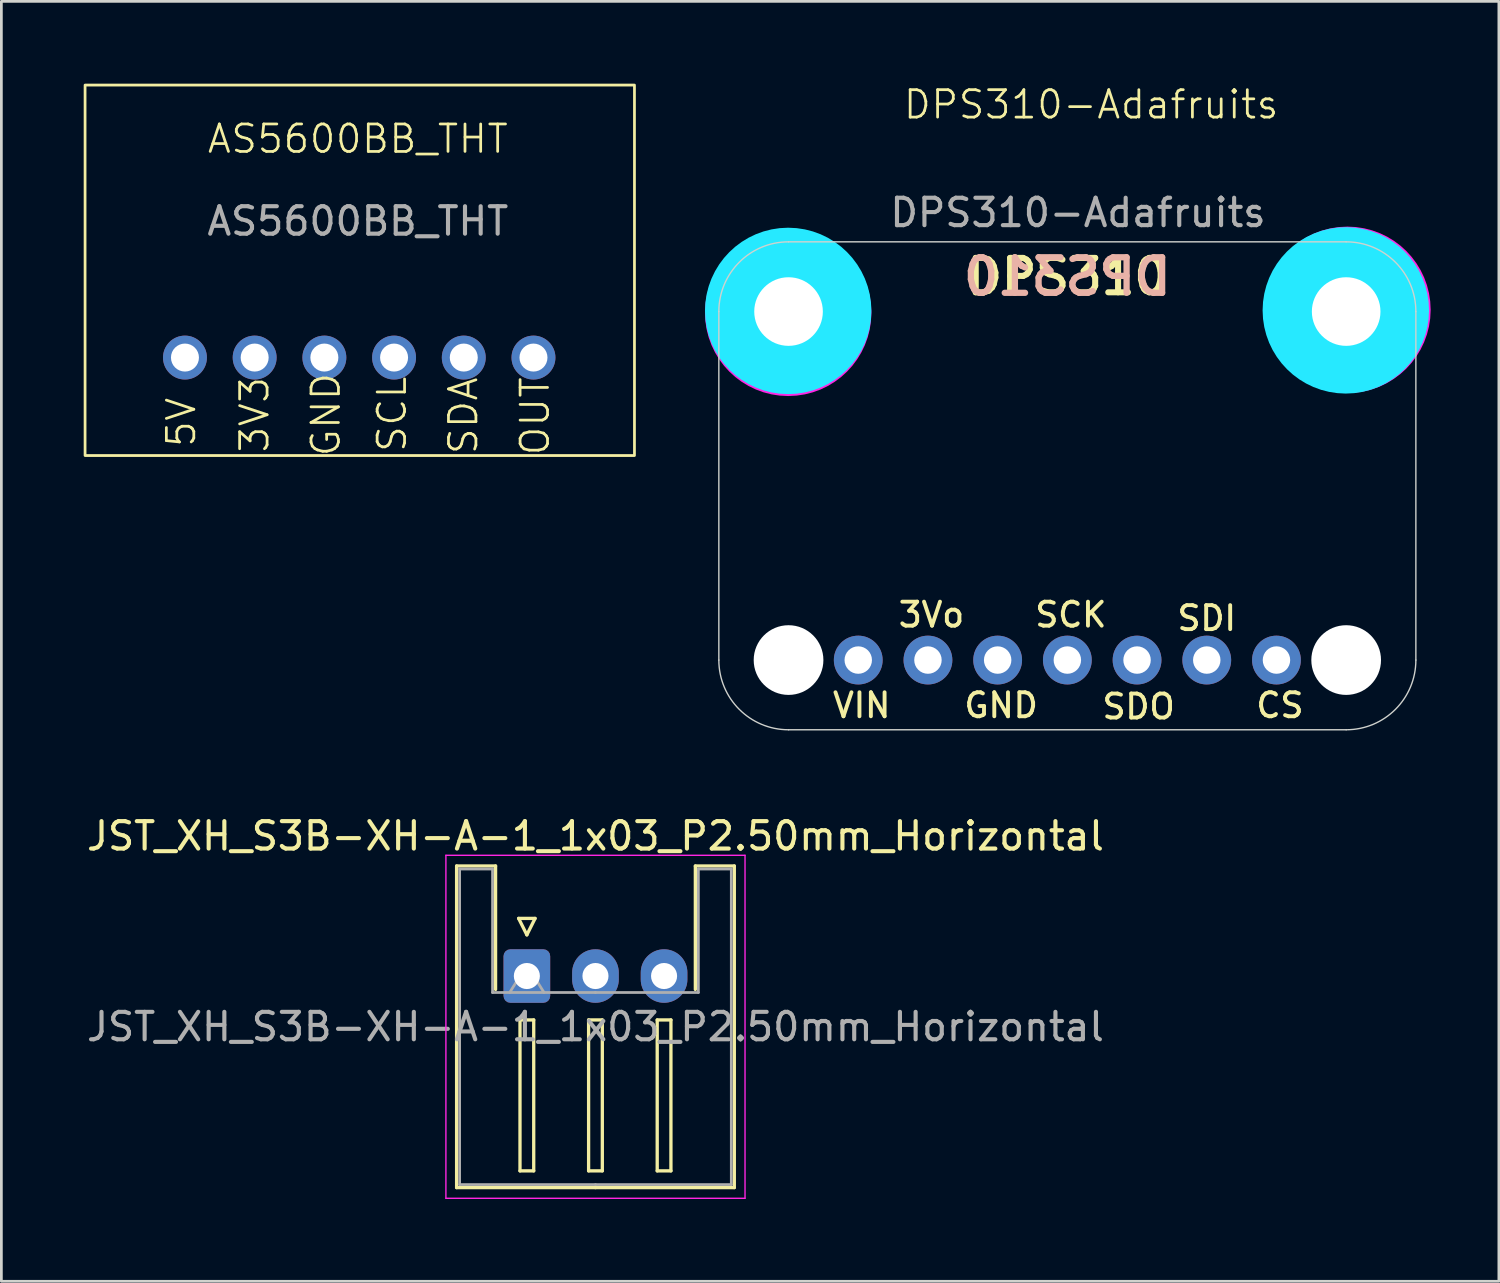
<source format=kicad_pcb>
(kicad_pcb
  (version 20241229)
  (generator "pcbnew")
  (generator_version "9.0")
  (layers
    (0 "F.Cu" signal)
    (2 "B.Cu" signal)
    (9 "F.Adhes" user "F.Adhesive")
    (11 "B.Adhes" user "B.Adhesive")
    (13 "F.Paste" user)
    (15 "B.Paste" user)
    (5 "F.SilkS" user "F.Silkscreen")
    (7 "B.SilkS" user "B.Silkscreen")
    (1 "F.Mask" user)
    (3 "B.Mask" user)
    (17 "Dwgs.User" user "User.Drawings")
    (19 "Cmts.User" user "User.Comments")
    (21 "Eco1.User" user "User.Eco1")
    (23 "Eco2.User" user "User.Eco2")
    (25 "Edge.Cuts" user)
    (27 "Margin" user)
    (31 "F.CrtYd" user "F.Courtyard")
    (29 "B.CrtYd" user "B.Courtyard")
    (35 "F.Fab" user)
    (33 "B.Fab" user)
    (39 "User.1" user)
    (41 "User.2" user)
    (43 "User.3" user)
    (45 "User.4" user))
  (footprint "DPS310-Adafruits"
    (layer "F.Cu")
    (at 36.672 13.97)
    (property "Reference" "DPS310-Adafruits" (at 0.04 -13.21 0) (unlocked yes) (layer "F.SilkS") (effects (font (size 1 1) (thickness 0.1))))
    (attr through_hole)
    (fp_circle (center -11 -5.64) (end -9 -5.64) (stroke (width 0.203) (type solid)) (fill no) (layer "F.SilkS"))
    (fp_circle (center 9.34 -5.7) (end 11.34 -5.7) (stroke (width 0.203) (type solid)) (fill no) (layer "F.SilkS"))
    (fp_line (start -13.527 -5.667) (end -13.527 7.033) (stroke (width 0.05) (type solid)) (layer "Edge.Cuts"))
    (fp_line (start -10.987 9.573) (end 9.333 9.573) (stroke (width 0.05) (type solid)) (layer "Edge.Cuts"))
    (fp_line (start 9.333 -8.207) (end -10.987 -8.207) (stroke (width 0.05) (type solid)) (layer "Edge.Cuts"))
    (fp_line (start 11.873 7.033) (end 11.873 -5.667) (stroke (width 0.05) (type solid)) (layer "Edge.Cuts"))
    (fp_arc (start -13.527 -5.667) (mid -12.783051 -7.463051) (end -10.987 -8.207) (stroke (width 0.05) (type solid)) (layer "Edge.Cuts"))
    (fp_arc (start -10.987 9.573) (mid -12.783051 8.829051) (end -13.527 7.033) (stroke (width 0.05) (type solid)) (layer "Edge.Cuts"))
    (fp_arc (start 9.333 -8.207) (mid 11.129051 -7.463051) (end 11.873 -5.667) (stroke (width 0.05) (type solid)) (layer "Edge.Cuts"))
    (fp_arc (start 11.873 7.033) (mid 11.129051 8.829051) (end 9.333 9.573) (stroke (width 0.05) (type solid)) (layer "Edge.Cuts"))
    (fp_circle (center -11 -5.69) (end -10 -5.69) (stroke (width 2.032) (type solid)) (fill no) (layer "B.CrtYd"))
    (fp_circle (center 9.32 -5.71) (end 10.32 -5.71) (stroke (width 2.032) (type solid)) (fill no) (layer "B.CrtYd"))
    (fp_circle (center -11 -5.62) (end -10 -5.62) (stroke (width 2.032) (type solid)) (fill no) (layer "F.CrtYd"))
    (fp_circle (center 9.38 -5.73) (end 10.38 -5.73) (stroke (width 2.032) (type solid)) (fill no) (layer "F.CrtYd"))
    (fp_text user "SCK" (at -0.7 5.382 0) (unlocked yes) (layer "F.SilkS") (effects (font (size 0.874 0.874) (thickness 0.142))))
    (fp_text user "VIN" (at -8.32 8.684 0) (unlocked yes) (layer "F.SilkS") (effects (font (size 0.874 0.874) (thickness 0.142))))
    (fp_text user "DPS310" (at -0.827 -6.937 0) (unlocked yes) (layer "F.SilkS") (effects (font (size 1.252 1.252) (thickness 0.221))))
    (fp_text user "GND" (at -3.24 8.684 0) (unlocked yes) (layer "F.SilkS") (effects (font (size 0.874 0.874) (thickness 0.142))))
    (fp_text user "3Vo" (at -5.78 5.382 0) (unlocked yes) (layer "F.SilkS") (effects (font (size 0.874 0.874) (thickness 0.142))))
    (fp_text user "SDI" (at 4.253 5.509 0) (unlocked yes) (layer "F.SilkS") (effects (font (size 0.874 0.874) (thickness 0.142))))
    (fp_text user "CS" (at 6.92 8.684 0) (unlocked yes) (layer "F.SilkS") (effects (font (size 0.874 0.874) (thickness 0.142))))
    (fp_text user "SDO" (at 1.77 8.73 0) (unlocked yes) (layer "F.SilkS") (effects (font (size 0.874 0.874) (thickness 0.142))))
    (fp_text user "DPS310" (at -0.827 -6.937 0) (unlocked yes) (layer "B.SilkS") (effects (font (size 1.295 1.295) (thickness 0.229)) (justify mirror)))
    (fp_text user "${REFERENCE}" (at -0.44 -9.27 0) (unlocked yes) (layer "F.Fab") (effects (font (size 1 1) (thickness 0.15))))
    (pad "" np_thru_hole circle (at -10.987 7.033) (size 2.54 2.54) (drill 2.54) (layers "*.Cu" "*.Mask"))
    (pad "" np_thru_hole circle (at 9.333 7.033) (size 2.54 2.54) (drill 2.54) (layers "*.Cu" "*.Mask"))
    (pad "1" thru_hole circle (at -8.447 7.033 90) (size 1.778 1.778) (drill 1) (layers "*.Cu" "*.Mask"))
    (pad "2" thru_hole circle (at -5.907 7.033 90) (size 1.778 1.778) (drill 1) (layers "*.Cu" "*.Mask"))
    (pad "3" thru_hole circle (at -3.367 7.033 90) (size 1.778 1.778) (drill 1) (layers "*.Cu" "*.Mask"))
    (pad "4" thru_hole circle (at -0.827 7.033 90) (size 1.778 1.778) (drill 1) (layers "*.Cu" "*.Mask"))
    (pad "5" thru_hole circle (at 1.713 7.033 90) (size 1.778 1.778) (drill 1) (layers "*.Cu" "*.Mask"))
    (pad "6" thru_hole circle (at 4.253 7.033 90) (size 1.778 1.778) (drill 1) (layers "*.Cu" "*.Mask"))
    (pad "7" thru_hole circle (at 6.793 7.033 90) (size 1.778 1.778) (drill 1) (layers "*.Cu" "*.Mask"))
    (pad "P$1" thru_hole circle (at -10.987 -5.667) (size 3.2 3.2) (drill 2.5) (layers "*.Cu" "*.Mask"))
    (pad "P$1" thru_hole circle (at 9.333 -5.667) (size 3.2 3.2) (drill 2.5) (layers "*.Cu" "*.Mask"))
    (zone (net_name "") (layer "F.Cu") (hatch edge 0.5) (connect_pads) (min_thickness 0.25) (filled_areas_thickness no) (keepout (tracks not_allowed) (vias not_allowed) (pads not_allowed) (copperpour not_allowed) (footprints allowed)) (placement (enabled no)) (fill) (polygon (pts (xy 27.701 8.303) (xy 27.681 8.023) (xy 27.623 7.748) (xy 27.527 7.484) (xy 27.395 7.235) (xy 27.229 7.008) (xy 27.034 6.805) (xy 26.812 6.632) (xy 26.569 6.492) (xy 26.308 6.386) (xy 26.035 6.318) (xy 25.755 6.289) (xy 25.474 6.299) (xy 25.197 6.347) (xy 24.93 6.434) (xy 24.677 6.558) (xy 24.444 6.715) (xy 24.235 6.903) (xy 24.054 7.119) (xy 23.905 7.357) (xy 23.791 7.614) (xy 23.713 7.884) (xy 23.674 8.163) (xy 23.674 8.444) (xy 23.713 8.723) (xy 23.791 8.993) (xy 23.905 9.25) (xy 24.054 9.488) (xy 24.235 9.704) (xy 24.444 9.892) (xy 24.677 10.049) (xy 24.93 10.173) (xy 25.197 10.26) (xy 25.474 10.308) (xy 25.755 10.318) (xy 26.035 10.289) (xy 26.308 10.221) (xy 26.569 10.115) (xy 26.812 9.975) (xy 27.034 9.802) (xy 27.229 9.599) (xy 27.395 9.372) (xy 27.527 9.123) (xy 27.623 8.859) (xy 27.681 8.584))) (polygon (pts (xy 25.669 8.303) (xy 25.674 8.315) (xy 25.685 8.319) (xy 25.696 8.315) (xy 25.701 8.303) (xy 25.696 8.292) (xy 25.685 8.287) (xy 25.674 8.292))))
    (zone (net_name "") (layer "F.Cu") (hatch edge 0.5) (connect_pads) (min_thickness 0.25) (filled_areas_thickness no) (keepout (tracks not_allowed) (vias not_allowed) (pads not_allowed) (copperpour not_allowed) (footprints allowed)) (placement (enabled no)) (fill) (polygon (pts (xy 48.021 8.303) (xy 48.001 8.023) (xy 47.943 7.748) (xy 47.847 7.484) (xy 47.715 7.235) (xy 47.549 7.008) (xy 47.354 6.805) (xy 47.132 6.632) (xy 46.889 6.492) (xy 46.628 6.386) (xy 46.355 6.318) (xy 46.075 6.289) (xy 45.794 6.299) (xy 45.517 6.347) (xy 45.25 6.434) (xy 44.997 6.558) (xy 44.764 6.715) (xy 44.555 6.903) (xy 44.374 7.119) (xy 44.225 7.357) (xy 44.111 7.614) (xy 44.033 7.884) (xy 43.994 8.163) (xy 43.994 8.444) (xy 44.033 8.723) (xy 44.111 8.993) (xy 44.225 9.25) (xy 44.374 9.488) (xy 44.555 9.704) (xy 44.764 9.892) (xy 44.997 10.049) (xy 45.25 10.173) (xy 45.517 10.26) (xy 45.794 10.308) (xy 46.075 10.318) (xy 46.355 10.289) (xy 46.628 10.221) (xy 46.889 10.115) (xy 47.132 9.975) (xy 47.354 9.802) (xy 47.549 9.599) (xy 47.715 9.372) (xy 47.847 9.123) (xy 47.943 8.859) (xy 48.001 8.584))) (polygon (pts (xy 45.989 8.303) (xy 45.994 8.315) (xy 46.005 8.319) (xy 46.016 8.315) (xy 46.021 8.303) (xy 46.016 8.292) (xy 46.005 8.287) (xy 45.994 8.292))))
    (zone (net_name "") (layer "B.Cu") (hatch edge 0.5) (connect_pads) (min_thickness 0.25) (filled_areas_thickness no) (keepout (tracks not_allowed) (vias not_allowed) (pads not_allowed) (copperpour not_allowed) (footprints allowed)) (placement (enabled no)) (fill) (polygon (pts (xy 27.701 8.303) (xy 27.681 8.023) (xy 27.623 7.748) (xy 27.527 7.484) (xy 27.395 7.235) (xy 27.229 7.008) (xy 27.034 6.805) (xy 26.812 6.632) (xy 26.569 6.492) (xy 26.308 6.386) (xy 26.035 6.318) (xy 25.755 6.289) (xy 25.474 6.299) (xy 25.197 6.347) (xy 24.93 6.434) (xy 24.677 6.558) (xy 24.444 6.715) (xy 24.235 6.903) (xy 24.054 7.119) (xy 23.905 7.357) (xy 23.791 7.614) (xy 23.713 7.884) (xy 23.674 8.163) (xy 23.674 8.444) (xy 23.713 8.723) (xy 23.791 8.993) (xy 23.905 9.25) (xy 24.054 9.488) (xy 24.235 9.704) (xy 24.444 9.892) (xy 24.677 10.049) (xy 24.93 10.173) (xy 25.197 10.26) (xy 25.474 10.308) (xy 25.755 10.318) (xy 26.035 10.289) (xy 26.308 10.221) (xy 26.569 10.115) (xy 26.812 9.975) (xy 27.034 9.802) (xy 27.229 9.599) (xy 27.395 9.372) (xy 27.527 9.123) (xy 27.623 8.859) (xy 27.681 8.584))) (polygon (pts (xy 25.669 8.303) (xy 25.674 8.315) (xy 25.685 8.319) (xy 25.696 8.315) (xy 25.701 8.303) (xy 25.696 8.292) (xy 25.685 8.287) (xy 25.674 8.292))))
    (zone (net_name "") (layer "B.Cu") (hatch edge 0.5) (connect_pads) (min_thickness 0.25) (filled_areas_thickness no) (keepout (tracks not_allowed) (vias not_allowed) (pads not_allowed) (copperpour not_allowed) (footprints allowed)) (placement (enabled no)) (fill) (polygon (pts (xy 48.021 8.303) (xy 48.001 8.023) (xy 47.943 7.748) (xy 47.847 7.484) (xy 47.715 7.235) (xy 47.549 7.008) (xy 47.354 6.805) (xy 47.132 6.632) (xy 46.889 6.492) (xy 46.628 6.386) (xy 46.355 6.318) (xy 46.075 6.289) (xy 45.794 6.299) (xy 45.517 6.347) (xy 45.25 6.434) (xy 44.997 6.558) (xy 44.764 6.715) (xy 44.555 6.903) (xy 44.374 7.119) (xy 44.225 7.357) (xy 44.111 7.614) (xy 44.033 7.884) (xy 43.994 8.163) (xy 43.994 8.444) (xy 44.033 8.723) (xy 44.111 8.993) (xy 44.225 9.25) (xy 44.374 9.488) (xy 44.555 9.704) (xy 44.764 9.892) (xy 44.997 10.049) (xy 45.25 10.173) (xy 45.517 10.26) (xy 45.794 10.308) (xy 46.075 10.318) (xy 46.355 10.289) (xy 46.628 10.221) (xy 46.889 10.115) (xy 47.132 9.975) (xy 47.354 9.802) (xy 47.549 9.599) (xy 47.715 9.372) (xy 47.847 9.123) (xy 47.943 8.859) (xy 48.001 8.584))) (polygon (pts (xy 45.989 8.303) (xy 45.994 8.315) (xy 46.005 8.319) (xy 46.016 8.315) (xy 46.021 8.303) (xy 46.016 8.292) (xy 46.005 8.287) (xy 45.994 8.292)))))
  (footprint "JST_XH_S3B-XH-A-1_1x03_P2.50mm_Horizontal"
    (layer "F.Cu")
    (at 16.149 32.517)
    (property "Reference" "JST_XH_S3B-XH-A-1_1x03_P2.50mm_Horizontal" (at 2.5 -5.1 0) (layer "F.SilkS") (effects (font (size 1 1) (thickness 0.15))))
    (attr through_hole)
    (fp_line (start -2.56 -4.01) (end -1.14 -4.01) (stroke (width 0.12) (type solid)) (layer "F.SilkS"))
    (fp_line (start -2.56 7.71) (end -2.56 -4.01) (stroke (width 0.12) (type solid)) (layer "F.SilkS"))
    (fp_line (start -1.14 -4.01) (end -1.14 0.49) (stroke (width 0.12) (type solid)) (layer "F.SilkS"))
    (fp_line (start -0.3 -2.1) (end 0.3 -2.1) (stroke (width 0.12) (type solid)) (layer "F.SilkS"))
    (fp_line (start -0.25 1.6) (end -0.25 7.1) (stroke (width 0.12) (type solid)) (layer "F.SilkS"))
    (fp_line (start -0.25 7.1) (end 0.25 7.1) (stroke (width 0.12) (type solid)) (layer "F.SilkS"))
    (fp_line (start 0 -1.5) (end -0.3 -2.1) (stroke (width 0.12) (type solid)) (layer "F.SilkS"))
    (fp_line (start 0.25 1.6) (end -0.25 1.6) (stroke (width 0.12) (type solid)) (layer "F.SilkS"))
    (fp_line (start 0.25 7.1) (end 0.25 1.6) (stroke (width 0.12) (type solid)) (layer "F.SilkS"))
    (fp_line (start 0.3 -2.1) (end 0 -1.5) (stroke (width 0.12) (type solid)) (layer "F.SilkS"))
    (fp_line (start 2.25 1.6) (end 2.25 7.1) (stroke (width 0.12) (type solid)) (layer "F.SilkS"))
    (fp_line (start 2.25 7.1) (end 2.75 7.1) (stroke (width 0.12) (type solid)) (layer "F.SilkS"))
    (fp_line (start 2.5 7.71) (end -2.56 7.71) (stroke (width 0.12) (type solid)) (layer "F.SilkS"))
    (fp_line (start 2.5 7.71) (end 7.56 7.71) (stroke (width 0.12) (type solid)) (layer "F.SilkS"))
    (fp_line (start 2.75 1.6) (end 2.25 1.6) (stroke (width 0.12) (type solid)) (layer "F.SilkS"))
    (fp_line (start 2.75 7.1) (end 2.75 1.6) (stroke (width 0.12) (type solid)) (layer "F.SilkS"))
    (fp_line (start 4.75 1.6) (end 4.75 7.1) (stroke (width 0.12) (type solid)) (layer "F.SilkS"))
    (fp_line (start 4.75 7.1) (end 5.25 7.1) (stroke (width 0.12) (type solid)) (layer "F.SilkS"))
    (fp_line (start 5.25 1.6) (end 4.75 1.6) (stroke (width 0.12) (type solid)) (layer "F.SilkS"))
    (fp_line (start 5.25 7.1) (end 5.25 1.6) (stroke (width 0.12) (type solid)) (layer "F.SilkS"))
    (fp_line (start 6.14 -4.01) (end 6.14 0.49) (stroke (width 0.12) (type solid)) (layer "F.SilkS"))
    (fp_line (start 7.56 -4.01) (end 6.14 -4.01) (stroke (width 0.12) (type solid)) (layer "F.SilkS"))
    (fp_line (start 7.56 7.71) (end 7.56 -4.01) (stroke (width 0.12) (type solid)) (layer "F.SilkS"))
    (fp_line (start -2.95 -4.4) (end -2.95 8.1) (stroke (width 0.05) (type solid)) (layer "F.CrtYd"))
    (fp_line (start -2.95 8.1) (end 7.95 8.1) (stroke (width 0.05) (type solid)) (layer "F.CrtYd"))
    (fp_line (start 7.95 -4.4) (end -2.95 -4.4) (stroke (width 0.05) (type solid)) (layer "F.CrtYd"))
    (fp_line (start 7.95 8.1) (end 7.95 -4.4) (stroke (width 0.05) (type solid)) (layer "F.CrtYd"))
    (fp_line (start -2.45 -3.9) (end -1.25 -3.9) (stroke (width 0.1) (type solid)) (layer "F.Fab"))
    (fp_line (start -2.45 7.6) (end -2.45 -3.9) (stroke (width 0.1) (type solid)) (layer "F.Fab"))
    (fp_line (start -1.25 -3.9) (end -1.25 0.6) (stroke (width 0.1) (type solid)) (layer "F.Fab"))
    (fp_line (start -1.25 0.6) (end 2.5 0.6) (stroke (width 0.1) (type solid)) (layer "F.Fab"))
    (fp_line (start -0.625 0.6) (end 0 -0.4) (stroke (width 0.1) (type solid)) (layer "F.Fab"))
    (fp_line (start 0 -0.4) (end 0.625 0.6) (stroke (width 0.1) (type solid)) (layer "F.Fab"))
    (fp_line (start 2.5 7.6) (end -2.45 7.6) (stroke (width 0.1) (type solid)) (layer "F.Fab"))
    (fp_line (start 2.5 7.6) (end 7.45 7.6) (stroke (width 0.1) (type solid)) (layer "F.Fab"))
    (fp_line (start 6.25 -3.9) (end 6.25 0.6) (stroke (width 0.1) (type solid)) (layer "F.Fab"))
    (fp_line (start 6.25 0.6) (end 2.5 0.6) (stroke (width 0.1) (type solid)) (layer "F.Fab"))
    (fp_line (start 7.45 -3.9) (end 6.25 -3.9) (stroke (width 0.1) (type solid)) (layer "F.Fab"))
    (fp_line (start 7.45 7.6) (end 7.45 -3.9) (stroke (width 0.1) (type solid)) (layer "F.Fab"))
    (fp_text user "${REFERENCE}" (at 2.5 1.85 0) (layer "F.Fab") (effects (font (size 1 1) (thickness 0.15))))
    (pad "1" thru_hole roundrect (at 0 0) (size 1.7 1.95) (drill 0.95) (layers "*.Cu" "*.Mask") (roundrect_rratio 0.147))
    (pad "2" thru_hole oval (at 2.5 0) (size 1.7 1.95) (drill 0.95) (layers "*.Cu" "*.Mask"))
    (pad "3" thru_hole oval (at 5 0) (size 1.7 1.95) (drill 0.95) (layers "*.Cu" "*.Mask")))
  (footprint "AS5600BB_THT"
    (layer "F.Cu")
    (at 10.04 6.17)
    (property "Reference" "AS5600BB_THT" (at -0.05 -4.16 0) (unlocked yes) (layer "F.SilkS") (effects (font (size 1 1) (thickness 0.1))))
    (attr through_hole)
    (fp_rect (start -9.99 -6.12) (end 10.03 7.38) (stroke (width 0.1) (type default)) (fill no) (layer "F.SilkS"))
    (fp_text user "GND" (at -0.63 7.48 90) (unlocked yes) (layer "F.SilkS") (effects (font (size 1 1) (thickness 0.1)) (justify left bottom)))
    (fp_text user "5V" (at -5.9 7.14 90) (unlocked yes) (layer "F.SilkS") (effects (font (size 1 1) (thickness 0.1)) (justify left bottom)))
    (fp_text user "3V3" (at -3.23 7.34 90) (unlocked yes) (layer "F.SilkS") (effects (font (size 1 1) (thickness 0.1)) (justify left bottom)))
    (fp_text user "OUT" (at 6.99 7.44 90) (unlocked yes) (layer "F.SilkS") (effects (font (size 1 1) (thickness 0.1)) (justify left bottom)))
    (fp_text user "SDA" (at 4.38 7.4 90) (unlocked yes) (layer "F.SilkS") (effects (font (size 1 1) (thickness 0.1)) (justify left bottom)))
    (fp_text user "SCL" (at 1.78 7.32 90) (unlocked yes) (layer "F.SilkS") (effects (font (size 1 1) (thickness 0.1)) (justify left bottom)))
    (fp_text user "${REFERENCE}" (at -0.05 -1.16 0) (unlocked yes) (layer "F.Fab") (effects (font (size 1 1) (thickness 0.15))))
    (pad "1" thru_hole circle (at -6.35 3.81) (size 1.6 1.6) (drill 1.02) (layers "*.Cu" "*.Mask"))
    (pad "2" thru_hole circle (at -3.81 3.81) (size 1.6 1.6) (drill 1.02) (layers "*.Cu" "*.Mask"))
    (pad "3" thru_hole circle (at -1.27 3.81) (size 1.6 1.6) (drill 1.02) (layers "*.Cu" "*.Mask"))
    (pad "4" thru_hole circle (at 1.27 3.81) (size 1.6 1.6) (drill 1.02) (layers "*.Cu" "*.Mask"))
    (pad "5" thru_hole circle (at 3.81 3.81) (size 1.6 1.6) (drill 1.02) (layers "*.Cu" "*.Mask"))
    (pad "6" thru_hole circle (at 6.35 3.81) (size 1.6 1.6) (drill 1.02) (layers "*.Cu" "*.Mask")))
  (gr_rect
    (start -3 -3)
    (end 51.57 43.642)
    (stroke (width 0.1) (type default))
    (fill no)
    (layer "Edge.Cuts")))
</source>
